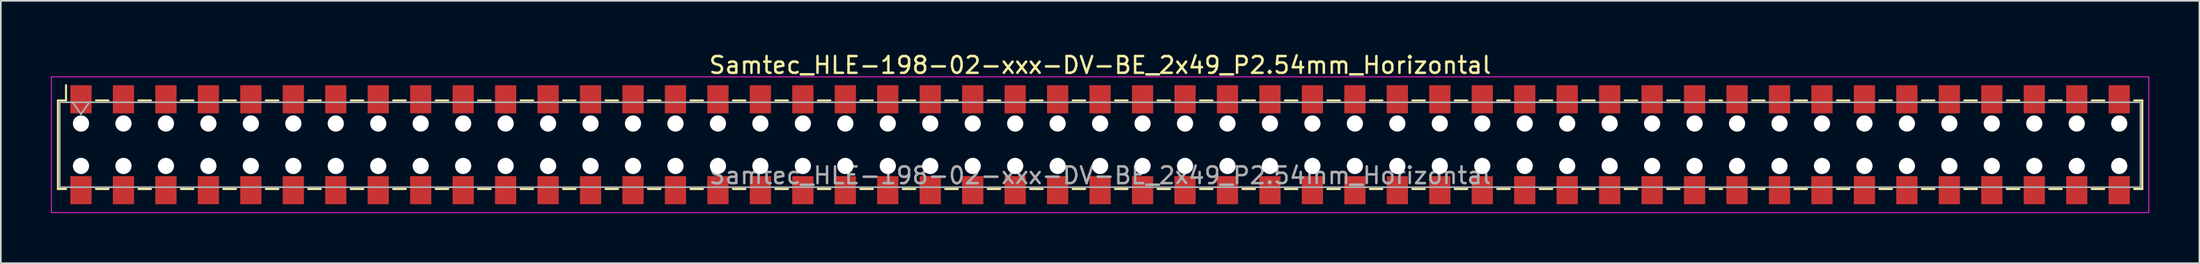
<source format=kicad_pcb>
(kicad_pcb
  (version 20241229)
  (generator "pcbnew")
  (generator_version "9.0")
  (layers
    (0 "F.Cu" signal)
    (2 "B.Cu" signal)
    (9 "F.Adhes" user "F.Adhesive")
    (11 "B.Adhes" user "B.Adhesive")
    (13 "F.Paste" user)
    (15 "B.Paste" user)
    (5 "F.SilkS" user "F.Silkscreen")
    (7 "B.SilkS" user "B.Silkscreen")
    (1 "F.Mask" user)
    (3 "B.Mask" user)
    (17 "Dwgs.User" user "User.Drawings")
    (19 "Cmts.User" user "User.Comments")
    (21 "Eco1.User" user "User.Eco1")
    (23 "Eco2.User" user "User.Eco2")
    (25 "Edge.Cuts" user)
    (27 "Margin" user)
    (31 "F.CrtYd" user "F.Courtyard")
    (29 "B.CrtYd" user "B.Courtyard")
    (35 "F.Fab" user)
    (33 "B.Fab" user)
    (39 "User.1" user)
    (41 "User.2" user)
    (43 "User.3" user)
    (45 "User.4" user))
  (footprint "Samtec_HLE-198-02-xxx-DV-BE_2x49_P2.54mm_Horizontal"
    (layer "F.Cu")
    (at 62.755 5.608)
    (property "Reference" "Samtec_HLE-198-02-xxx-DV-BE_2x49_P2.54mm_Horizontal" (at 0 -4.76 0) (layer "F.SilkS") (effects (font (size 1 1) (thickness 0.15))))
    (attr smd)
    (fp_line (start -62.34 -2.65) (end -62.34 2.65) (stroke (width 0.12) (type solid)) (layer "F.SilkS"))
    (fp_line (start -62.34 2.65) (end -61.855 2.65) (stroke (width 0.12) (type solid)) (layer "F.SilkS"))
    (fp_line (start -61.855 -3.56) (end -61.855 -2.65) (stroke (width 0.12) (type solid)) (layer "F.SilkS"))
    (fp_line (start -61.855 -2.65) (end -62.34 -2.65) (stroke (width 0.12) (type solid)) (layer "F.SilkS"))
    (fp_line (start -60.065 -2.65) (end -59.315 -2.65) (stroke (width 0.12) (type solid)) (layer "F.SilkS"))
    (fp_line (start -60.065 2.65) (end -59.315 2.65) (stroke (width 0.12) (type solid)) (layer "F.SilkS"))
    (fp_line (start -57.525 -2.65) (end -56.775 -2.65) (stroke (width 0.12) (type solid)) (layer "F.SilkS"))
    (fp_line (start -57.525 2.65) (end -56.775 2.65) (stroke (width 0.12) (type solid)) (layer "F.SilkS"))
    (fp_line (start -54.985 -2.65) (end -54.235 -2.65) (stroke (width 0.12) (type solid)) (layer "F.SilkS"))
    (fp_line (start -54.985 2.65) (end -54.235 2.65) (stroke (width 0.12) (type solid)) (layer "F.SilkS"))
    (fp_line (start -52.445 -2.65) (end -51.695 -2.65) (stroke (width 0.12) (type solid)) (layer "F.SilkS"))
    (fp_line (start -52.445 2.65) (end -51.695 2.65) (stroke (width 0.12) (type solid)) (layer "F.SilkS"))
    (fp_line (start -49.905 -2.65) (end -49.155 -2.65) (stroke (width 0.12) (type solid)) (layer "F.SilkS"))
    (fp_line (start -49.905 2.65) (end -49.155 2.65) (stroke (width 0.12) (type solid)) (layer "F.SilkS"))
    (fp_line (start -47.365 -2.65) (end -46.615 -2.65) (stroke (width 0.12) (type solid)) (layer "F.SilkS"))
    (fp_line (start -47.365 2.65) (end -46.615 2.65) (stroke (width 0.12) (type solid)) (layer "F.SilkS"))
    (fp_line (start -44.825 -2.65) (end -44.075 -2.65) (stroke (width 0.12) (type solid)) (layer "F.SilkS"))
    (fp_line (start -44.825 2.65) (end -44.075 2.65) (stroke (width 0.12) (type solid)) (layer "F.SilkS"))
    (fp_line (start -42.285 -2.65) (end -41.535 -2.65) (stroke (width 0.12) (type solid)) (layer "F.SilkS"))
    (fp_line (start -42.285 2.65) (end -41.535 2.65) (stroke (width 0.12) (type solid)) (layer "F.SilkS"))
    (fp_line (start -39.745 -2.65) (end -38.995 -2.65) (stroke (width 0.12) (type solid)) (layer "F.SilkS"))
    (fp_line (start -39.745 2.65) (end -38.995 2.65) (stroke (width 0.12) (type solid)) (layer "F.SilkS"))
    (fp_line (start -37.205 -2.65) (end -36.455 -2.65) (stroke (width 0.12) (type solid)) (layer "F.SilkS"))
    (fp_line (start -37.205 2.65) (end -36.455 2.65) (stroke (width 0.12) (type solid)) (layer "F.SilkS"))
    (fp_line (start -34.665 -2.65) (end -33.915 -2.65) (stroke (width 0.12) (type solid)) (layer "F.SilkS"))
    (fp_line (start -34.665 2.65) (end -33.915 2.65) (stroke (width 0.12) (type solid)) (layer "F.SilkS"))
    (fp_line (start -32.125 -2.65) (end -31.375 -2.65) (stroke (width 0.12) (type solid)) (layer "F.SilkS"))
    (fp_line (start -32.125 2.65) (end -31.375 2.65) (stroke (width 0.12) (type solid)) (layer "F.SilkS"))
    (fp_line (start -29.585 -2.65) (end -28.835 -2.65) (stroke (width 0.12) (type solid)) (layer "F.SilkS"))
    (fp_line (start -29.585 2.65) (end -28.835 2.65) (stroke (width 0.12) (type solid)) (layer "F.SilkS"))
    (fp_line (start -27.045 -2.65) (end -26.295 -2.65) (stroke (width 0.12) (type solid)) (layer "F.SilkS"))
    (fp_line (start -27.045 2.65) (end -26.295 2.65) (stroke (width 0.12) (type solid)) (layer "F.SilkS"))
    (fp_line (start -24.505 -2.65) (end -23.755 -2.65) (stroke (width 0.12) (type solid)) (layer "F.SilkS"))
    (fp_line (start -24.505 2.65) (end -23.755 2.65) (stroke (width 0.12) (type solid)) (layer "F.SilkS"))
    (fp_line (start -21.965 -2.65) (end -21.215 -2.65) (stroke (width 0.12) (type solid)) (layer "F.SilkS"))
    (fp_line (start -21.965 2.65) (end -21.215 2.65) (stroke (width 0.12) (type solid)) (layer "F.SilkS"))
    (fp_line (start -19.425 -2.65) (end -18.675 -2.65) (stroke (width 0.12) (type solid)) (layer "F.SilkS"))
    (fp_line (start -19.425 2.65) (end -18.675 2.65) (stroke (width 0.12) (type solid)) (layer "F.SilkS"))
    (fp_line (start -16.885 -2.65) (end -16.135 -2.65) (stroke (width 0.12) (type solid)) (layer "F.SilkS"))
    (fp_line (start -16.885 2.65) (end -16.135 2.65) (stroke (width 0.12) (type solid)) (layer "F.SilkS"))
    (fp_line (start -14.345 -2.65) (end -13.595 -2.65) (stroke (width 0.12) (type solid)) (layer "F.SilkS"))
    (fp_line (start -14.345 2.65) (end -13.595 2.65) (stroke (width 0.12) (type solid)) (layer "F.SilkS"))
    (fp_line (start -11.805 -2.65) (end -11.055 -2.65) (stroke (width 0.12) (type solid)) (layer "F.SilkS"))
    (fp_line (start -11.805 2.65) (end -11.055 2.65) (stroke (width 0.12) (type solid)) (layer "F.SilkS"))
    (fp_line (start -9.265 -2.65) (end -8.515 -2.65) (stroke (width 0.12) (type solid)) (layer "F.SilkS"))
    (fp_line (start -9.265 2.65) (end -8.515 2.65) (stroke (width 0.12) (type solid)) (layer "F.SilkS"))
    (fp_line (start -6.725 -2.65) (end -5.975 -2.65) (stroke (width 0.12) (type solid)) (layer "F.SilkS"))
    (fp_line (start -6.725 2.65) (end -5.975 2.65) (stroke (width 0.12) (type solid)) (layer "F.SilkS"))
    (fp_line (start -4.185 -2.65) (end -3.435 -2.65) (stroke (width 0.12) (type solid)) (layer "F.SilkS"))
    (fp_line (start -4.185 2.65) (end -3.435 2.65) (stroke (width 0.12) (type solid)) (layer "F.SilkS"))
    (fp_line (start -1.645 -2.65) (end -0.895 -2.65) (stroke (width 0.12) (type solid)) (layer "F.SilkS"))
    (fp_line (start -1.645 2.65) (end -0.895 2.65) (stroke (width 0.12) (type solid)) (layer "F.SilkS"))
    (fp_line (start 0.895 -2.65) (end 1.645 -2.65) (stroke (width 0.12) (type solid)) (layer "F.SilkS"))
    (fp_line (start 0.895 2.65) (end 1.645 2.65) (stroke (width 0.12) (type solid)) (layer "F.SilkS"))
    (fp_line (start 3.435 -2.65) (end 4.185 -2.65) (stroke (width 0.12) (type solid)) (layer "F.SilkS"))
    (fp_line (start 3.435 2.65) (end 4.185 2.65) (stroke (width 0.12) (type solid)) (layer "F.SilkS"))
    (fp_line (start 5.975 -2.65) (end 6.725 -2.65) (stroke (width 0.12) (type solid)) (layer "F.SilkS"))
    (fp_line (start 5.975 2.65) (end 6.725 2.65) (stroke (width 0.12) (type solid)) (layer "F.SilkS"))
    (fp_line (start 8.515 -2.65) (end 9.265 -2.65) (stroke (width 0.12) (type solid)) (layer "F.SilkS"))
    (fp_line (start 8.515 2.65) (end 9.265 2.65) (stroke (width 0.12) (type solid)) (layer "F.SilkS"))
    (fp_line (start 11.055 -2.65) (end 11.805 -2.65) (stroke (width 0.12) (type solid)) (layer "F.SilkS"))
    (fp_line (start 11.055 2.65) (end 11.805 2.65) (stroke (width 0.12) (type solid)) (layer "F.SilkS"))
    (fp_line (start 13.595 -2.65) (end 14.345 -2.65) (stroke (width 0.12) (type solid)) (layer "F.SilkS"))
    (fp_line (start 13.595 2.65) (end 14.345 2.65) (stroke (width 0.12) (type solid)) (layer "F.SilkS"))
    (fp_line (start 16.135 -2.65) (end 16.885 -2.65) (stroke (width 0.12) (type solid)) (layer "F.SilkS"))
    (fp_line (start 16.135 2.65) (end 16.885 2.65) (stroke (width 0.12) (type solid)) (layer "F.SilkS"))
    (fp_line (start 18.675 -2.65) (end 19.425 -2.65) (stroke (width 0.12) (type solid)) (layer "F.SilkS"))
    (fp_line (start 18.675 2.65) (end 19.425 2.65) (stroke (width 0.12) (type solid)) (layer "F.SilkS"))
    (fp_line (start 21.215 -2.65) (end 21.965 -2.65) (stroke (width 0.12) (type solid)) (layer "F.SilkS"))
    (fp_line (start 21.215 2.65) (end 21.965 2.65) (stroke (width 0.12) (type solid)) (layer "F.SilkS"))
    (fp_line (start 23.755 -2.65) (end 24.505 -2.65) (stroke (width 0.12) (type solid)) (layer "F.SilkS"))
    (fp_line (start 23.755 2.65) (end 24.505 2.65) (stroke (width 0.12) (type solid)) (layer "F.SilkS"))
    (fp_line (start 26.295 -2.65) (end 27.045 -2.65) (stroke (width 0.12) (type solid)) (layer "F.SilkS"))
    (fp_line (start 26.295 2.65) (end 27.045 2.65) (stroke (width 0.12) (type solid)) (layer "F.SilkS"))
    (fp_line (start 28.835 -2.65) (end 29.585 -2.65) (stroke (width 0.12) (type solid)) (layer "F.SilkS"))
    (fp_line (start 28.835 2.65) (end 29.585 2.65) (stroke (width 0.12) (type solid)) (layer "F.SilkS"))
    (fp_line (start 31.375 -2.65) (end 32.125 -2.65) (stroke (width 0.12) (type solid)) (layer "F.SilkS"))
    (fp_line (start 31.375 2.65) (end 32.125 2.65) (stroke (width 0.12) (type solid)) (layer "F.SilkS"))
    (fp_line (start 33.915 -2.65) (end 34.665 -2.65) (stroke (width 0.12) (type solid)) (layer "F.SilkS"))
    (fp_line (start 33.915 2.65) (end 34.665 2.65) (stroke (width 0.12) (type solid)) (layer "F.SilkS"))
    (fp_line (start 36.455 -2.65) (end 37.205 -2.65) (stroke (width 0.12) (type solid)) (layer "F.SilkS"))
    (fp_line (start 36.455 2.65) (end 37.205 2.65) (stroke (width 0.12) (type solid)) (layer "F.SilkS"))
    (fp_line (start 38.995 -2.65) (end 39.745 -2.65) (stroke (width 0.12) (type solid)) (layer "F.SilkS"))
    (fp_line (start 38.995 2.65) (end 39.745 2.65) (stroke (width 0.12) (type solid)) (layer "F.SilkS"))
    (fp_line (start 41.535 -2.65) (end 42.285 -2.65) (stroke (width 0.12) (type solid)) (layer "F.SilkS"))
    (fp_line (start 41.535 2.65) (end 42.285 2.65) (stroke (width 0.12) (type solid)) (layer "F.SilkS"))
    (fp_line (start 44.075 -2.65) (end 44.825 -2.65) (stroke (width 0.12) (type solid)) (layer "F.SilkS"))
    (fp_line (start 44.075 2.65) (end 44.825 2.65) (stroke (width 0.12) (type solid)) (layer "F.SilkS"))
    (fp_line (start 46.615 -2.65) (end 47.365 -2.65) (stroke (width 0.12) (type solid)) (layer "F.SilkS"))
    (fp_line (start 46.615 2.65) (end 47.365 2.65) (stroke (width 0.12) (type solid)) (layer "F.SilkS"))
    (fp_line (start 49.155 -2.65) (end 49.905 -2.65) (stroke (width 0.12) (type solid)) (layer "F.SilkS"))
    (fp_line (start 49.155 2.65) (end 49.905 2.65) (stroke (width 0.12) (type solid)) (layer "F.SilkS"))
    (fp_line (start 51.695 -2.65) (end 52.445 -2.65) (stroke (width 0.12) (type solid)) (layer "F.SilkS"))
    (fp_line (start 51.695 2.65) (end 52.445 2.65) (stroke (width 0.12) (type solid)) (layer "F.SilkS"))
    (fp_line (start 54.235 -2.65) (end 54.985 -2.65) (stroke (width 0.12) (type solid)) (layer "F.SilkS"))
    (fp_line (start 54.235 2.65) (end 54.985 2.65) (stroke (width 0.12) (type solid)) (layer "F.SilkS"))
    (fp_line (start 56.775 -2.65) (end 57.525 -2.65) (stroke (width 0.12) (type solid)) (layer "F.SilkS"))
    (fp_line (start 56.775 2.65) (end 57.525 2.65) (stroke (width 0.12) (type solid)) (layer "F.SilkS"))
    (fp_line (start 59.315 -2.65) (end 60.065 -2.65) (stroke (width 0.12) (type solid)) (layer "F.SilkS"))
    (fp_line (start 59.315 2.65) (end 60.065 2.65) (stroke (width 0.12) (type solid)) (layer "F.SilkS"))
    (fp_line (start 61.855 -2.65) (end 62.34 -2.65) (stroke (width 0.12) (type solid)) (layer "F.SilkS"))
    (fp_line (start 62.34 -2.65) (end 62.34 2.65) (stroke (width 0.12) (type solid)) (layer "F.SilkS"))
    (fp_line (start 62.34 2.65) (end 61.855 2.65) (stroke (width 0.12) (type solid)) (layer "F.SilkS"))
    (fp_line (start -62.73 -4.06) (end 62.73 -4.06) (stroke (width 0.05) (type solid)) (layer "F.CrtYd"))
    (fp_line (start -62.73 4.06) (end -62.73 -4.06) (stroke (width 0.05) (type solid)) (layer "F.CrtYd"))
    (fp_line (start 62.73 -4.06) (end 62.73 4.06) (stroke (width 0.05) (type solid)) (layer "F.CrtYd"))
    (fp_line (start 62.73 4.06) (end -62.73 4.06) (stroke (width 0.05) (type solid)) (layer "F.CrtYd"))
    (fp_line (start -62.23 -2.54) (end 62.23 -2.54) (stroke (width 0.1) (type solid)) (layer "F.Fab"))
    (fp_line (start -62.23 2.54) (end -62.23 -2.54) (stroke (width 0.1) (type solid)) (layer "F.Fab"))
    (fp_line (start -61.46 -2.54) (end -60.96 -1.833) (stroke (width 0.1) (type solid)) (layer "F.Fab"))
    (fp_line (start -60.96 -1.833) (end -60.46 -2.54) (stroke (width 0.1) (type solid)) (layer "F.Fab"))
    (fp_line (start 62.23 -2.54) (end 62.23 2.54) (stroke (width 0.1) (type solid)) (layer "F.Fab"))
    (fp_line (start 62.23 2.54) (end -62.23 2.54) (stroke (width 0.1) (type solid)) (layer "F.Fab"))
    (fp_text user "${REFERENCE}" (at 0 1.84 0) (layer "F.Fab") (effects (font (size 1 1) (thickness 0.15))))
    (pad "" np_thru_hole circle (at -60.96 -1.27) (size 0.97 0.97) (drill 0.97) (layers "*.Cu" "*.Mask"))
    (pad "" np_thru_hole circle (at -60.96 1.27) (size 0.97 0.97) (drill 0.97) (layers "*.Cu" "*.Mask"))
    (pad "" np_thru_hole circle (at -58.42 -1.27) (size 0.97 0.97) (drill 0.97) (layers "*.Cu" "*.Mask"))
    (pad "" np_thru_hole circle (at -58.42 1.27) (size 0.97 0.97) (drill 0.97) (layers "*.Cu" "*.Mask"))
    (pad "" np_thru_hole circle (at -55.88 -1.27) (size 0.97 0.97) (drill 0.97) (layers "*.Cu" "*.Mask"))
    (pad "" np_thru_hole circle (at -55.88 1.27) (size 0.97 0.97) (drill 0.97) (layers "*.Cu" "*.Mask"))
    (pad "" np_thru_hole circle (at -53.34 -1.27) (size 0.97 0.97) (drill 0.97) (layers "*.Cu" "*.Mask"))
    (pad "" np_thru_hole circle (at -53.34 1.27) (size 0.97 0.97) (drill 0.97) (layers "*.Cu" "*.Mask"))
    (pad "" np_thru_hole circle (at -50.8 -1.27) (size 0.97 0.97) (drill 0.97) (layers "*.Cu" "*.Mask"))
    (pad "" np_thru_hole circle (at -50.8 1.27) (size 0.97 0.97) (drill 0.97) (layers "*.Cu" "*.Mask"))
    (pad "" np_thru_hole circle (at -48.26 -1.27) (size 0.97 0.97) (drill 0.97) (layers "*.Cu" "*.Mask"))
    (pad "" np_thru_hole circle (at -48.26 1.27) (size 0.97 0.97) (drill 0.97) (layers "*.Cu" "*.Mask"))
    (pad "" np_thru_hole circle (at -45.72 -1.27) (size 0.97 0.97) (drill 0.97) (layers "*.Cu" "*.Mask"))
    (pad "" np_thru_hole circle (at -45.72 1.27) (size 0.97 0.97) (drill 0.97) (layers "*.Cu" "*.Mask"))
    (pad "" np_thru_hole circle (at -43.18 -1.27) (size 0.97 0.97) (drill 0.97) (layers "*.Cu" "*.Mask"))
    (pad "" np_thru_hole circle (at -43.18 1.27) (size 0.97 0.97) (drill 0.97) (layers "*.Cu" "*.Mask"))
    (pad "" np_thru_hole circle (at -40.64 -1.27) (size 0.97 0.97) (drill 0.97) (layers "*.Cu" "*.Mask"))
    (pad "" np_thru_hole circle (at -40.64 1.27) (size 0.97 0.97) (drill 0.97) (layers "*.Cu" "*.Mask"))
    (pad "" np_thru_hole circle (at -38.1 -1.27) (size 0.97 0.97) (drill 0.97) (layers "*.Cu" "*.Mask"))
    (pad "" np_thru_hole circle (at -38.1 1.27) (size 0.97 0.97) (drill 0.97) (layers "*.Cu" "*.Mask"))
    (pad "" np_thru_hole circle (at -35.56 -1.27) (size 0.97 0.97) (drill 0.97) (layers "*.Cu" "*.Mask"))
    (pad "" np_thru_hole circle (at -35.56 1.27) (size 0.97 0.97) (drill 0.97) (layers "*.Cu" "*.Mask"))
    (pad "" np_thru_hole circle (at -33.02 -1.27) (size 0.97 0.97) (drill 0.97) (layers "*.Cu" "*.Mask"))
    (pad "" np_thru_hole circle (at -33.02 1.27) (size 0.97 0.97) (drill 0.97) (layers "*.Cu" "*.Mask"))
    (pad "" np_thru_hole circle (at -30.48 -1.27) (size 0.97 0.97) (drill 0.97) (layers "*.Cu" "*.Mask"))
    (pad "" np_thru_hole circle (at -30.48 1.27) (size 0.97 0.97) (drill 0.97) (layers "*.Cu" "*.Mask"))
    (pad "" np_thru_hole circle (at -27.94 -1.27) (size 0.97 0.97) (drill 0.97) (layers "*.Cu" "*.Mask"))
    (pad "" np_thru_hole circle (at -27.94 1.27) (size 0.97 0.97) (drill 0.97) (layers "*.Cu" "*.Mask"))
    (pad "" np_thru_hole circle (at -25.4 -1.27) (size 0.97 0.97) (drill 0.97) (layers "*.Cu" "*.Mask"))
    (pad "" np_thru_hole circle (at -25.4 1.27) (size 0.97 0.97) (drill 0.97) (layers "*.Cu" "*.Mask"))
    (pad "" np_thru_hole circle (at -22.86 -1.27) (size 0.97 0.97) (drill 0.97) (layers "*.Cu" "*.Mask"))
    (pad "" np_thru_hole circle (at -22.86 1.27) (size 0.97 0.97) (drill 0.97) (layers "*.Cu" "*.Mask"))
    (pad "" np_thru_hole circle (at -20.32 -1.27) (size 0.97 0.97) (drill 0.97) (layers "*.Cu" "*.Mask"))
    (pad "" np_thru_hole circle (at -20.32 1.27) (size 0.97 0.97) (drill 0.97) (layers "*.Cu" "*.Mask"))
    (pad "" np_thru_hole circle (at -17.78 -1.27) (size 0.97 0.97) (drill 0.97) (layers "*.Cu" "*.Mask"))
    (pad "" np_thru_hole circle (at -17.78 1.27) (size 0.97 0.97) (drill 0.97) (layers "*.Cu" "*.Mask"))
    (pad "" np_thru_hole circle (at -15.24 -1.27) (size 0.97 0.97) (drill 0.97) (layers "*.Cu" "*.Mask"))
    (pad "" np_thru_hole circle (at -15.24 1.27) (size 0.97 0.97) (drill 0.97) (layers "*.Cu" "*.Mask"))
    (pad "" np_thru_hole circle (at -12.7 -1.27) (size 0.97 0.97) (drill 0.97) (layers "*.Cu" "*.Mask"))
    (pad "" np_thru_hole circle (at -12.7 1.27) (size 0.97 0.97) (drill 0.97) (layers "*.Cu" "*.Mask"))
    (pad "" np_thru_hole circle (at -10.16 -1.27) (size 0.97 0.97) (drill 0.97) (layers "*.Cu" "*.Mask"))
    (pad "" np_thru_hole circle (at -10.16 1.27) (size 0.97 0.97) (drill 0.97) (layers "*.Cu" "*.Mask"))
    (pad "" np_thru_hole circle (at -7.62 -1.27) (size 0.97 0.97) (drill 0.97) (layers "*.Cu" "*.Mask"))
    (pad "" np_thru_hole circle (at -7.62 1.27) (size 0.97 0.97) (drill 0.97) (layers "*.Cu" "*.Mask"))
    (pad "" np_thru_hole circle (at -5.08 -1.27) (size 0.97 0.97) (drill 0.97) (layers "*.Cu" "*.Mask"))
    (pad "" np_thru_hole circle (at -5.08 1.27) (size 0.97 0.97) (drill 0.97) (layers "*.Cu" "*.Mask"))
    (pad "" np_thru_hole circle (at -2.54 -1.27) (size 0.97 0.97) (drill 0.97) (layers "*.Cu" "*.Mask"))
    (pad "" np_thru_hole circle (at -2.54 1.27) (size 0.97 0.97) (drill 0.97) (layers "*.Cu" "*.Mask"))
    (pad "" np_thru_hole circle (at 0 -1.27) (size 0.97 0.97) (drill 0.97) (layers "*.Cu" "*.Mask"))
    (pad "" np_thru_hole circle (at 0 1.27) (size 0.97 0.97) (drill 0.97) (layers "*.Cu" "*.Mask"))
    (pad "" np_thru_hole circle (at 2.54 -1.27) (size 0.97 0.97) (drill 0.97) (layers "*.Cu" "*.Mask"))
    (pad "" np_thru_hole circle (at 2.54 1.27) (size 0.97 0.97) (drill 0.97) (layers "*.Cu" "*.Mask"))
    (pad "" np_thru_hole circle (at 5.08 -1.27) (size 0.97 0.97) (drill 0.97) (layers "*.Cu" "*.Mask"))
    (pad "" np_thru_hole circle (at 5.08 1.27) (size 0.97 0.97) (drill 0.97) (layers "*.Cu" "*.Mask"))
    (pad "" np_thru_hole circle (at 7.62 -1.27) (size 0.97 0.97) (drill 0.97) (layers "*.Cu" "*.Mask"))
    (pad "" np_thru_hole circle (at 7.62 1.27) (size 0.97 0.97) (drill 0.97) (layers "*.Cu" "*.Mask"))
    (pad "" np_thru_hole circle (at 10.16 -1.27) (size 0.97 0.97) (drill 0.97) (layers "*.Cu" "*.Mask"))
    (pad "" np_thru_hole circle (at 10.16 1.27) (size 0.97 0.97) (drill 0.97) (layers "*.Cu" "*.Mask"))
    (pad "" np_thru_hole circle (at 12.7 -1.27) (size 0.97 0.97) (drill 0.97) (layers "*.Cu" "*.Mask"))
    (pad "" np_thru_hole circle (at 12.7 1.27) (size 0.97 0.97) (drill 0.97) (layers "*.Cu" "*.Mask"))
    (pad "" np_thru_hole circle (at 15.24 -1.27) (size 0.97 0.97) (drill 0.97) (layers "*.Cu" "*.Mask"))
    (pad "" np_thru_hole circle (at 15.24 1.27) (size 0.97 0.97) (drill 0.97) (layers "*.Cu" "*.Mask"))
    (pad "" np_thru_hole circle (at 17.78 -1.27) (size 0.97 0.97) (drill 0.97) (layers "*.Cu" "*.Mask"))
    (pad "" np_thru_hole circle (at 17.78 1.27) (size 0.97 0.97) (drill 0.97) (layers "*.Cu" "*.Mask"))
    (pad "" np_thru_hole circle (at 20.32 -1.27) (size 0.97 0.97) (drill 0.97) (layers "*.Cu" "*.Mask"))
    (pad "" np_thru_hole circle (at 20.32 1.27) (size 0.97 0.97) (drill 0.97) (layers "*.Cu" "*.Mask"))
    (pad "" np_thru_hole circle (at 22.86 -1.27) (size 0.97 0.97) (drill 0.97) (layers "*.Cu" "*.Mask"))
    (pad "" np_thru_hole circle (at 22.86 1.27) (size 0.97 0.97) (drill 0.97) (layers "*.Cu" "*.Mask"))
    (pad "" np_thru_hole circle (at 25.4 -1.27) (size 0.97 0.97) (drill 0.97) (layers "*.Cu" "*.Mask"))
    (pad "" np_thru_hole circle (at 25.4 1.27) (size 0.97 0.97) (drill 0.97) (layers "*.Cu" "*.Mask"))
    (pad "" np_thru_hole circle (at 27.94 -1.27) (size 0.97 0.97) (drill 0.97) (layers "*.Cu" "*.Mask"))
    (pad "" np_thru_hole circle (at 27.94 1.27) (size 0.97 0.97) (drill 0.97) (layers "*.Cu" "*.Mask"))
    (pad "" np_thru_hole circle (at 30.48 -1.27) (size 0.97 0.97) (drill 0.97) (layers "*.Cu" "*.Mask"))
    (pad "" np_thru_hole circle (at 30.48 1.27) (size 0.97 0.97) (drill 0.97) (layers "*.Cu" "*.Mask"))
    (pad "" np_thru_hole circle (at 33.02 -1.27) (size 0.97 0.97) (drill 0.97) (layers "*.Cu" "*.Mask"))
    (pad "" np_thru_hole circle (at 33.02 1.27) (size 0.97 0.97) (drill 0.97) (layers "*.Cu" "*.Mask"))
    (pad "" np_thru_hole circle (at 35.56 -1.27) (size 0.97 0.97) (drill 0.97) (layers "*.Cu" "*.Mask"))
    (pad "" np_thru_hole circle (at 35.56 1.27) (size 0.97 0.97) (drill 0.97) (layers "*.Cu" "*.Mask"))
    (pad "" np_thru_hole circle (at 38.1 -1.27) (size 0.97 0.97) (drill 0.97) (layers "*.Cu" "*.Mask"))
    (pad "" np_thru_hole circle (at 38.1 1.27) (size 0.97 0.97) (drill 0.97) (layers "*.Cu" "*.Mask"))
    (pad "" np_thru_hole circle (at 40.64 -1.27) (size 0.97 0.97) (drill 0.97) (layers "*.Cu" "*.Mask"))
    (pad "" np_thru_hole circle (at 40.64 1.27) (size 0.97 0.97) (drill 0.97) (layers "*.Cu" "*.Mask"))
    (pad "" np_thru_hole circle (at 43.18 -1.27) (size 0.97 0.97) (drill 0.97) (layers "*.Cu" "*.Mask"))
    (pad "" np_thru_hole circle (at 43.18 1.27) (size 0.97 0.97) (drill 0.97) (layers "*.Cu" "*.Mask"))
    (pad "" np_thru_hole circle (at 45.72 -1.27) (size 0.97 0.97) (drill 0.97) (layers "*.Cu" "*.Mask"))
    (pad "" np_thru_hole circle (at 45.72 1.27) (size 0.97 0.97) (drill 0.97) (layers "*.Cu" "*.Mask"))
    (pad "" np_thru_hole circle (at 48.26 -1.27) (size 0.97 0.97) (drill 0.97) (layers "*.Cu" "*.Mask"))
    (pad "" np_thru_hole circle (at 48.26 1.27) (size 0.97 0.97) (drill 0.97) (layers "*.Cu" "*.Mask"))
    (pad "" np_thru_hole circle (at 50.8 -1.27) (size 0.97 0.97) (drill 0.97) (layers "*.Cu" "*.Mask"))
    (pad "" np_thru_hole circle (at 50.8 1.27) (size 0.97 0.97) (drill 0.97) (layers "*.Cu" "*.Mask"))
    (pad "" np_thru_hole circle (at 53.34 -1.27) (size 0.97 0.97) (drill 0.97) (layers "*.Cu" "*.Mask"))
    (pad "" np_thru_hole circle (at 53.34 1.27) (size 0.97 0.97) (drill 0.97) (layers "*.Cu" "*.Mask"))
    (pad "" np_thru_hole circle (at 55.88 -1.27) (size 0.97 0.97) (drill 0.97) (layers "*.Cu" "*.Mask"))
    (pad "" np_thru_hole circle (at 55.88 1.27) (size 0.97 0.97) (drill 0.97) (layers "*.Cu" "*.Mask"))
    (pad "" np_thru_hole circle (at 58.42 -1.27) (size 0.97 0.97) (drill 0.97) (layers "*.Cu" "*.Mask"))
    (pad "" np_thru_hole circle (at 58.42 1.27) (size 0.97 0.97) (drill 0.97) (layers "*.Cu" "*.Mask"))
    (pad "" np_thru_hole circle (at 60.96 -1.27) (size 0.97 0.97) (drill 0.97) (layers "*.Cu" "*.Mask"))
    (pad "" np_thru_hole circle (at 60.96 1.27) (size 0.97 0.97) (drill 0.97) (layers "*.Cu" "*.Mask"))
    (pad "1" smd rect (at -60.96 -2.72) (size 1.27 1.68) (layers "F.Cu" "F.Mask" "F.Paste"))
    (pad "2" smd rect (at -60.96 2.72) (size 1.27 1.68) (layers "F.Cu" "F.Mask" "F.Paste"))
    (pad "3" smd rect (at -58.42 -2.72) (size 1.27 1.68) (layers "F.Cu" "F.Mask" "F.Paste"))
    (pad "4" smd rect (at -58.42 2.72) (size 1.27 1.68) (layers "F.Cu" "F.Mask" "F.Paste"))
    (pad "5" smd rect (at -55.88 -2.72) (size 1.27 1.68) (layers "F.Cu" "F.Mask" "F.Paste"))
    (pad "6" smd rect (at -55.88 2.72) (size 1.27 1.68) (layers "F.Cu" "F.Mask" "F.Paste"))
    (pad "7" smd rect (at -53.34 -2.72) (size 1.27 1.68) (layers "F.Cu" "F.Mask" "F.Paste"))
    (pad "8" smd rect (at -53.34 2.72) (size 1.27 1.68) (layers "F.Cu" "F.Mask" "F.Paste"))
    (pad "9" smd rect (at -50.8 -2.72) (size 1.27 1.68) (layers "F.Cu" "F.Mask" "F.Paste"))
    (pad "10" smd rect (at -50.8 2.72) (size 1.27 1.68) (layers "F.Cu" "F.Mask" "F.Paste"))
    (pad "11" smd rect (at -48.26 -2.72) (size 1.27 1.68) (layers "F.Cu" "F.Mask" "F.Paste"))
    (pad "12" smd rect (at -48.26 2.72) (size 1.27 1.68) (layers "F.Cu" "F.Mask" "F.Paste"))
    (pad "13" smd rect (at -45.72 -2.72) (size 1.27 1.68) (layers "F.Cu" "F.Mask" "F.Paste"))
    (pad "14" smd rect (at -45.72 2.72) (size 1.27 1.68) (layers "F.Cu" "F.Mask" "F.Paste"))
    (pad "15" smd rect (at -43.18 -2.72) (size 1.27 1.68) (layers "F.Cu" "F.Mask" "F.Paste"))
    (pad "16" smd rect (at -43.18 2.72) (size 1.27 1.68) (layers "F.Cu" "F.Mask" "F.Paste"))
    (pad "17" smd rect (at -40.64 -2.72) (size 1.27 1.68) (layers "F.Cu" "F.Mask" "F.Paste"))
    (pad "18" smd rect (at -40.64 2.72) (size 1.27 1.68) (layers "F.Cu" "F.Mask" "F.Paste"))
    (pad "19" smd rect (at -38.1 -2.72) (size 1.27 1.68) (layers "F.Cu" "F.Mask" "F.Paste"))
    (pad "20" smd rect (at -38.1 2.72) (size 1.27 1.68) (layers "F.Cu" "F.Mask" "F.Paste"))
    (pad "21" smd rect (at -35.56 -2.72) (size 1.27 1.68) (layers "F.Cu" "F.Mask" "F.Paste"))
    (pad "22" smd rect (at -35.56 2.72) (size 1.27 1.68) (layers "F.Cu" "F.Mask" "F.Paste"))
    (pad "23" smd rect (at -33.02 -2.72) (size 1.27 1.68) (layers "F.Cu" "F.Mask" "F.Paste"))
    (pad "24" smd rect (at -33.02 2.72) (size 1.27 1.68) (layers "F.Cu" "F.Mask" "F.Paste"))
    (pad "25" smd rect (at -30.48 -2.72) (size 1.27 1.68) (layers "F.Cu" "F.Mask" "F.Paste"))
    (pad "26" smd rect (at -30.48 2.72) (size 1.27 1.68) (layers "F.Cu" "F.Mask" "F.Paste"))
    (pad "27" smd rect (at -27.94 -2.72) (size 1.27 1.68) (layers "F.Cu" "F.Mask" "F.Paste"))
    (pad "28" smd rect (at -27.94 2.72) (size 1.27 1.68) (layers "F.Cu" "F.Mask" "F.Paste"))
    (pad "29" smd rect (at -25.4 -2.72) (size 1.27 1.68) (layers "F.Cu" "F.Mask" "F.Paste"))
    (pad "30" smd rect (at -25.4 2.72) (size 1.27 1.68) (layers "F.Cu" "F.Mask" "F.Paste"))
    (pad "31" smd rect (at -22.86 -2.72) (size 1.27 1.68) (layers "F.Cu" "F.Mask" "F.Paste"))
    (pad "32" smd rect (at -22.86 2.72) (size 1.27 1.68) (layers "F.Cu" "F.Mask" "F.Paste"))
    (pad "33" smd rect (at -20.32 -2.72) (size 1.27 1.68) (layers "F.Cu" "F.Mask" "F.Paste"))
    (pad "34" smd rect (at -20.32 2.72) (size 1.27 1.68) (layers "F.Cu" "F.Mask" "F.Paste"))
    (pad "35" smd rect (at -17.78 -2.72) (size 1.27 1.68) (layers "F.Cu" "F.Mask" "F.Paste"))
    (pad "36" smd rect (at -17.78 2.72) (size 1.27 1.68) (layers "F.Cu" "F.Mask" "F.Paste"))
    (pad "37" smd rect (at -15.24 -2.72) (size 1.27 1.68) (layers "F.Cu" "F.Mask" "F.Paste"))
    (pad "38" smd rect (at -15.24 2.72) (size 1.27 1.68) (layers "F.Cu" "F.Mask" "F.Paste"))
    (pad "39" smd rect (at -12.7 -2.72) (size 1.27 1.68) (layers "F.Cu" "F.Mask" "F.Paste"))
    (pad "40" smd rect (at -12.7 2.72) (size 1.27 1.68) (layers "F.Cu" "F.Mask" "F.Paste"))
    (pad "41" smd rect (at -10.16 -2.72) (size 1.27 1.68) (layers "F.Cu" "F.Mask" "F.Paste"))
    (pad "42" smd rect (at -10.16 2.72) (size 1.27 1.68) (layers "F.Cu" "F.Mask" "F.Paste"))
    (pad "43" smd rect (at -7.62 -2.72) (size 1.27 1.68) (layers "F.Cu" "F.Mask" "F.Paste"))
    (pad "44" smd rect (at -7.62 2.72) (size 1.27 1.68) (layers "F.Cu" "F.Mask" "F.Paste"))
    (pad "45" smd rect (at -5.08 -2.72) (size 1.27 1.68) (layers "F.Cu" "F.Mask" "F.Paste"))
    (pad "46" smd rect (at -5.08 2.72) (size 1.27 1.68) (layers "F.Cu" "F.Mask" "F.Paste"))
    (pad "47" smd rect (at -2.54 -2.72) (size 1.27 1.68) (layers "F.Cu" "F.Mask" "F.Paste"))
    (pad "48" smd rect (at -2.54 2.72) (size 1.27 1.68) (layers "F.Cu" "F.Mask" "F.Paste"))
    (pad "49" smd rect (at 0 -2.72) (size 1.27 1.68) (layers "F.Cu" "F.Mask" "F.Paste"))
    (pad "50" smd rect (at 0 2.72) (size 1.27 1.68) (layers "F.Cu" "F.Mask" "F.Paste"))
    (pad "51" smd rect (at 2.54 -2.72) (size 1.27 1.68) (layers "F.Cu" "F.Mask" "F.Paste"))
    (pad "52" smd rect (at 2.54 2.72) (size 1.27 1.68) (layers "F.Cu" "F.Mask" "F.Paste"))
    (pad "53" smd rect (at 5.08 -2.72) (size 1.27 1.68) (layers "F.Cu" "F.Mask" "F.Paste"))
    (pad "54" smd rect (at 5.08 2.72) (size 1.27 1.68) (layers "F.Cu" "F.Mask" "F.Paste"))
    (pad "55" smd rect (at 7.62 -2.72) (size 1.27 1.68) (layers "F.Cu" "F.Mask" "F.Paste"))
    (pad "56" smd rect (at 7.62 2.72) (size 1.27 1.68) (layers "F.Cu" "F.Mask" "F.Paste"))
    (pad "57" smd rect (at 10.16 -2.72) (size 1.27 1.68) (layers "F.Cu" "F.Mask" "F.Paste"))
    (pad "58" smd rect (at 10.16 2.72) (size 1.27 1.68) (layers "F.Cu" "F.Mask" "F.Paste"))
    (pad "59" smd rect (at 12.7 -2.72) (size 1.27 1.68) (layers "F.Cu" "F.Mask" "F.Paste"))
    (pad "60" smd rect (at 12.7 2.72) (size 1.27 1.68) (layers "F.Cu" "F.Mask" "F.Paste"))
    (pad "61" smd rect (at 15.24 -2.72) (size 1.27 1.68) (layers "F.Cu" "F.Mask" "F.Paste"))
    (pad "62" smd rect (at 15.24 2.72) (size 1.27 1.68) (layers "F.Cu" "F.Mask" "F.Paste"))
    (pad "63" smd rect (at 17.78 -2.72) (size 1.27 1.68) (layers "F.Cu" "F.Mask" "F.Paste"))
    (pad "64" smd rect (at 17.78 2.72) (size 1.27 1.68) (layers "F.Cu" "F.Mask" "F.Paste"))
    (pad "65" smd rect (at 20.32 -2.72) (size 1.27 1.68) (layers "F.Cu" "F.Mask" "F.Paste"))
    (pad "66" smd rect (at 20.32 2.72) (size 1.27 1.68) (layers "F.Cu" "F.Mask" "F.Paste"))
    (pad "67" smd rect (at 22.86 -2.72) (size 1.27 1.68) (layers "F.Cu" "F.Mask" "F.Paste"))
    (pad "68" smd rect (at 22.86 2.72) (size 1.27 1.68) (layers "F.Cu" "F.Mask" "F.Paste"))
    (pad "69" smd rect (at 25.4 -2.72) (size 1.27 1.68) (layers "F.Cu" "F.Mask" "F.Paste"))
    (pad "70" smd rect (at 25.4 2.72) (size 1.27 1.68) (layers "F.Cu" "F.Mask" "F.Paste"))
    (pad "71" smd rect (at 27.94 -2.72) (size 1.27 1.68) (layers "F.Cu" "F.Mask" "F.Paste"))
    (pad "72" smd rect (at 27.94 2.72) (size 1.27 1.68) (layers "F.Cu" "F.Mask" "F.Paste"))
    (pad "73" smd rect (at 30.48 -2.72) (size 1.27 1.68) (layers "F.Cu" "F.Mask" "F.Paste"))
    (pad "74" smd rect (at 30.48 2.72) (size 1.27 1.68) (layers "F.Cu" "F.Mask" "F.Paste"))
    (pad "75" smd rect (at 33.02 -2.72) (size 1.27 1.68) (layers "F.Cu" "F.Mask" "F.Paste"))
    (pad "76" smd rect (at 33.02 2.72) (size 1.27 1.68) (layers "F.Cu" "F.Mask" "F.Paste"))
    (pad "77" smd rect (at 35.56 -2.72) (size 1.27 1.68) (layers "F.Cu" "F.Mask" "F.Paste"))
    (pad "78" smd rect (at 35.56 2.72) (size 1.27 1.68) (layers "F.Cu" "F.Mask" "F.Paste"))
    (pad "79" smd rect (at 38.1 -2.72) (size 1.27 1.68) (layers "F.Cu" "F.Mask" "F.Paste"))
    (pad "80" smd rect (at 38.1 2.72) (size 1.27 1.68) (layers "F.Cu" "F.Mask" "F.Paste"))
    (pad "81" smd rect (at 40.64 -2.72) (size 1.27 1.68) (layers "F.Cu" "F.Mask" "F.Paste"))
    (pad "82" smd rect (at 40.64 2.72) (size 1.27 1.68) (layers "F.Cu" "F.Mask" "F.Paste"))
    (pad "83" smd rect (at 43.18 -2.72) (size 1.27 1.68) (layers "F.Cu" "F.Mask" "F.Paste"))
    (pad "84" smd rect (at 43.18 2.72) (size 1.27 1.68) (layers "F.Cu" "F.Mask" "F.Paste"))
    (pad "85" smd rect (at 45.72 -2.72) (size 1.27 1.68) (layers "F.Cu" "F.Mask" "F.Paste"))
    (pad "86" smd rect (at 45.72 2.72) (size 1.27 1.68) (layers "F.Cu" "F.Mask" "F.Paste"))
    (pad "87" smd rect (at 48.26 -2.72) (size 1.27 1.68) (layers "F.Cu" "F.Mask" "F.Paste"))
    (pad "88" smd rect (at 48.26 2.72) (size 1.27 1.68) (layers "F.Cu" "F.Mask" "F.Paste"))
    (pad "89" smd rect (at 50.8 -2.72) (size 1.27 1.68) (layers "F.Cu" "F.Mask" "F.Paste"))
    (pad "90" smd rect (at 50.8 2.72) (size 1.27 1.68) (layers "F.Cu" "F.Mask" "F.Paste"))
    (pad "91" smd rect (at 53.34 -2.72) (size 1.27 1.68) (layers "F.Cu" "F.Mask" "F.Paste"))
    (pad "92" smd rect (at 53.34 2.72) (size 1.27 1.68) (layers "F.Cu" "F.Mask" "F.Paste"))
    (pad "93" smd rect (at 55.88 -2.72) (size 1.27 1.68) (layers "F.Cu" "F.Mask" "F.Paste"))
    (pad "94" smd rect (at 55.88 2.72) (size 1.27 1.68) (layers "F.Cu" "F.Mask" "F.Paste"))
    (pad "95" smd rect (at 58.42 -2.72) (size 1.27 1.68) (layers "F.Cu" "F.Mask" "F.Paste"))
    (pad "96" smd rect (at 58.42 2.72) (size 1.27 1.68) (layers "F.Cu" "F.Mask" "F.Paste"))
    (pad "97" smd rect (at 60.96 -2.72) (size 1.27 1.68) (layers "F.Cu" "F.Mask" "F.Paste"))
    (pad "98" smd rect (at 60.96 2.72) (size 1.27 1.68) (layers "F.Cu" "F.Mask" "F.Paste")))
  (gr_rect
    (start -3 -3)
    (end 128.51 12.693)
    (stroke (width 0.1) (type default))
    (fill no)
    (layer "Edge.Cuts")))
</source>
